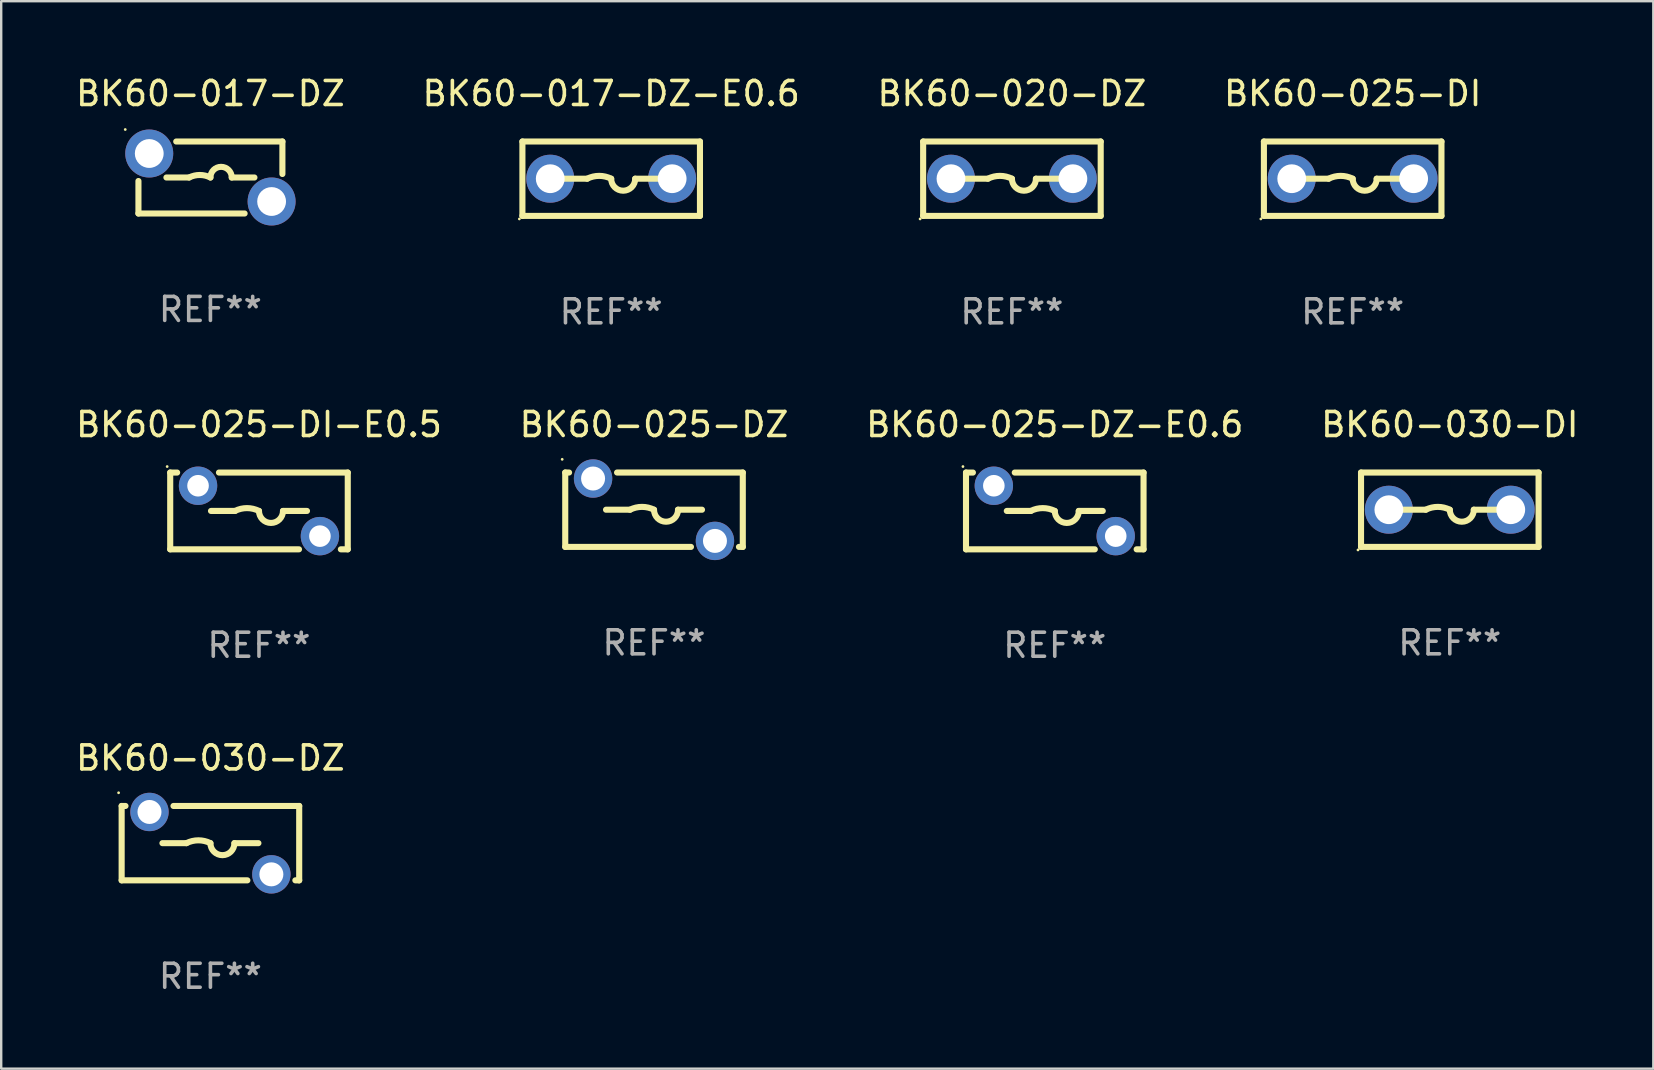
<source format=kicad_pcb>
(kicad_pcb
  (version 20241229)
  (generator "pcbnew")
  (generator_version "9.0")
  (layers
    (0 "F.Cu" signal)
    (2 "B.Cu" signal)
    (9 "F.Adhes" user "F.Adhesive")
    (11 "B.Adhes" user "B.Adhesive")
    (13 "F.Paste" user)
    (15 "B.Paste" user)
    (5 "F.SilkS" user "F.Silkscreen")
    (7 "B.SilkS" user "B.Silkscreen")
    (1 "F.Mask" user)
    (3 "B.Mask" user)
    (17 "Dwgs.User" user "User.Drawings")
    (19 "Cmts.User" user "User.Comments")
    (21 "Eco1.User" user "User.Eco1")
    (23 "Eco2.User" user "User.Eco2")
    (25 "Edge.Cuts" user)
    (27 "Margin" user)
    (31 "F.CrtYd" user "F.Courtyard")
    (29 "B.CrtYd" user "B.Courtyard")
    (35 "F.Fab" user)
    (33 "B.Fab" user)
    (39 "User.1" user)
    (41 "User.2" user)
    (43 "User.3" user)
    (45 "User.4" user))
  (footprint "BK60-025-DI"
    (layer "F.Cu")
    (at 53.327 4.398)
    (property "Reference" "BK60-025-DI" (at 0 -3.55 0) (layer "F.SilkS") (effects (font (size 1 1) (thickness 0.15))))
    (attr through_hole)
    (fp_line (start -3.7 -1.55) (end 3.7 -1.55) (stroke (width 0.254) (type solid)) (layer "F.SilkS"))
    (fp_line (start -3.7 1.55) (end -3.7 -1.55) (stroke (width 0.254) (type solid)) (layer "F.SilkS"))
    (fp_line (start -1 0) (end -2 0) (stroke (width 0.254) (type solid)) (layer "F.SilkS"))
    (fp_line (start 1 0) (end 2 0) (stroke (width 0.254) (type solid)) (layer "F.SilkS"))
    (fp_line (start 3.7 -1.55) (end 3.7 1.55) (stroke (width 0.254) (type solid)) (layer "F.SilkS"))
    (fp_line (start 3.7 1.55) (end -3.7 1.55) (stroke (width 0.254) (type solid)) (layer "F.SilkS"))
    (fp_arc (start -1.000762 0) (mid -0.500381 -0.118151) (end 0 0) (stroke (width 0.254001) (type solid)) (layer "F.SilkS"))
    (fp_arc (start 1.000762 0) (mid 0.500381 0.500127) (end 0 0) (stroke (width 0.254001) (type solid)) (layer "F.SilkS"))
    (fp_circle (center -3.827 1.677) (end -3.797 1.677) (stroke (width 0.06) (type solid)) (fill no) (layer "F.SilkS"))
    (fp_text user "REF**" (at 0 5.55 0) (layer "F.Fab") (effects (font (size 1 1) (thickness 0.15))))
    (pad "1" thru_hole circle (at -2.54 0) (size 2 2) (drill 1.2) (layers "*.Cu" "*.Mask"))
    (pad "2" thru_hole circle (at 2.54 0) (size 2 2) (drill 1.2) (layers "*.Cu" "*.Mask")))
  (footprint "BK60-030-DI"
    (layer "F.Cu")
    (at 57.375 18.194)
    (property "Reference" "BK60-030-DI" (at 0 -3.55 0) (layer "F.SilkS") (effects (font (size 1 1) (thickness 0.15))))
    (attr through_hole)
    (fp_line (start -3.7 -1.55) (end 3.7 -1.55) (stroke (width 0.254) (type solid)) (layer "F.SilkS"))
    (fp_line (start -3.7 1.55) (end -3.7 -1.55) (stroke (width 0.254) (type solid)) (layer "F.SilkS"))
    (fp_line (start -1 0) (end -2 0) (stroke (width 0.254) (type solid)) (layer "F.SilkS"))
    (fp_line (start 1 0) (end 2 0) (stroke (width 0.254) (type solid)) (layer "F.SilkS"))
    (fp_line (start 3.7 -1.55) (end 3.7 1.55) (stroke (width 0.254) (type solid)) (layer "F.SilkS"))
    (fp_line (start 3.7 1.55) (end -3.7 1.55) (stroke (width 0.254) (type solid)) (layer "F.SilkS"))
    (fp_arc (start -1.000762 0) (mid -0.500381 -0.118151) (end 0 0) (stroke (width 0.254001) (type solid)) (layer "F.SilkS"))
    (fp_arc (start 1.000762 0) (mid 0.500381 0.500127) (end 0 0) (stroke (width 0.254001) (type solid)) (layer "F.SilkS"))
    (fp_circle (center -3.827 1.677) (end -3.797 1.677) (stroke (width 0.06) (type solid)) (fill no) (layer "F.SilkS"))
    (fp_text user "REF**" (at 0 5.55 0) (layer "F.Fab") (effects (font (size 1 1) (thickness 0.15))))
    (pad "1" thru_hole circle (at -2.54 0) (size 2 2) (drill 1.2) (layers "*.Cu" "*.Mask"))
    (pad "2" thru_hole circle (at 2.54 0) (size 2 2) (drill 1.2) (layers "*.Cu" "*.Mask")))
  (footprint "BK60-025-DZ"
    (layer "F.Cu")
    (at 24.208 18.194)
    (property "Reference" "BK60-025-DZ" (at 0 -3.55 0) (layer "F.SilkS") (effects (font (size 1 1) (thickness 0.15))))
    (attr through_hole)
    (fp_line (start -3.7 -1.55) (end -3.54 -1.55) (stroke (width 0.254) (type solid)) (layer "F.SilkS"))
    (fp_line (start -3.7 1.55) (end -3.7 -1.55) (stroke (width 0.254) (type solid)) (layer "F.SilkS"))
    (fp_line (start -3.7 1.55) (end 1.54 1.55) (stroke (width 0.254) (type solid)) (layer "F.SilkS"))
    (fp_line (start -1.54 -1.55) (end 3.7 -1.55) (stroke (width 0.254) (type solid)) (layer "F.SilkS"))
    (fp_line (start -1 0) (end -2 0) (stroke (width 0.254) (type solid)) (layer "F.SilkS"))
    (fp_line (start 1 0) (end 2 0) (stroke (width 0.254) (type solid)) (layer "F.SilkS"))
    (fp_line (start 3.54 1.55) (end 3.7 1.55) (stroke (width 0.254) (type solid)) (layer "F.SilkS"))
    (fp_line (start 3.7 -1.55) (end 3.7 1.55) (stroke (width 0.254) (type solid)) (layer "F.SilkS"))
    (fp_arc (start -1.000762 0) (mid -0.500381 -0.118151) (end 0 0) (stroke (width 0.254001) (type solid)) (layer "F.SilkS"))
    (fp_arc (start 1.000762 0) (mid 0.500381 0.500127) (end 0 0) (stroke (width 0.254001) (type solid)) (layer "F.SilkS"))
    (fp_circle (center -3.827 -2.1) (end -3.797 -2.1) (stroke (width 0.06) (type solid)) (fill no) (layer "F.SilkS"))
    (fp_text user "REF**" (at 0 5.55 0) (layer "F.Fab") (effects (font (size 1 1) (thickness 0.15))))
    (pad "1" thru_hole circle (at -2.54 -1.3) (size 1.6 1.6) (drill 1) (layers "*.Cu" "*.Mask"))
    (pad "2" thru_hole circle (at 2.54 1.3) (size 1.6 1.6) (drill 1) (layers "*.Cu" "*.Mask")))
  (footprint "BK60-017-DZ"
    (layer "F.Cu")
    (at 5.72 4.348)
    (property "Reference" "BK60-017-DZ" (at 0 -3.5 0) (layer "F.SilkS") (effects (font (size 1 1) (thickness 0.15))))
    (attr through_hole)
    (fp_line (start -3 1.5) (end -3 0.146) (stroke (width 0.254) (type solid)) (layer "F.SilkS"))
    (fp_line (start -3 1.5) (end 1.425 1.5) (stroke (width 0.254) (type solid)) (layer "F.SilkS"))
    (fp_line (start -1.834 0) (end -0.889 0) (stroke (width 0.254) (type solid)) (layer "F.SilkS"))
    (fp_line (start 1.834 0) (end 0.889 0) (stroke (width 0.254) (type solid)) (layer "F.SilkS"))
    (fp_line (start 3 -1.5) (end -1.425 -1.5) (stroke (width 0.254) (type solid)) (layer "F.SilkS"))
    (fp_line (start 3 -1.5) (end 3 -0.146) (stroke (width 0.254) (type solid)) (layer "F.SilkS"))
    (fp_arc (start -0.889002 0) (mid -0.444501 -0.104932) (end 0 0) (stroke (width 0.254001) (type solid)) (layer "F.SilkS"))
    (fp_arc (start 0 0) (mid 0.444501 -0.444501) (end 0.889002 0) (stroke (width 0.254001) (type solid)) (layer "F.SilkS"))
    (fp_circle (center -3.55 -2) (end -3.52 -2) (stroke (width 0.06) (type solid)) (fill no) (layer "F.SilkS"))
    (fp_text user "REF**" (at 0 5.5 0) (layer "F.Fab") (effects (font (size 1 1) (thickness 0.15))))
    (pad "1" thru_hole circle (at -2.55 -1) (size 2 2) (drill 1.2) (layers "*.Cu" "*.Mask"))
    (pad "2" thru_hole circle (at 2.55 1) (size 2 2) (drill 1.2) (layers "*.Cu" "*.Mask")))
  (footprint "BK60-025-DI-E0.5"
    (layer "F.Cu")
    (at 7.744 18.245)
    (property "Reference" "BK60-025-DI-E0.5" (at 0 -3.6 0) (layer "F.SilkS") (effects (font (size 1 1) (thickness 0.15))))
    (attr through_hole)
    (fp_line (start -3.7 -1.6) (end -3.412 -1.6) (stroke (width 0.254) (type solid)) (layer "F.SilkS"))
    (fp_line (start -3.7 1.6) (end -3.7 -1.6) (stroke (width 0.254) (type solid)) (layer "F.SilkS"))
    (fp_line (start -3.7 1.6) (end 1.668 1.6) (stroke (width 0.254) (type solid)) (layer "F.SilkS"))
    (fp_line (start -1.668 -1.6) (end 3.7 -1.6) (stroke (width 0.254) (type solid)) (layer "F.SilkS"))
    (fp_line (start -1 0) (end -2 0) (stroke (width 0.254) (type solid)) (layer "F.SilkS"))
    (fp_line (start 1 0) (end 2 0) (stroke (width 0.254) (type solid)) (layer "F.SilkS"))
    (fp_line (start 3.412 1.6) (end 3.7 1.6) (stroke (width 0.254) (type solid)) (layer "F.SilkS"))
    (fp_line (start 3.7 -1.6) (end 3.7 1.6) (stroke (width 0.254) (type solid)) (layer "F.SilkS"))
    (fp_arc (start -1.000762 0) (mid -0.500381 -0.118151) (end 0 0) (stroke (width 0.254001) (type solid)) (layer "F.SilkS"))
    (fp_arc (start 1.000762 0) (mid 0.500381 0.500127) (end 0 0) (stroke (width 0.254001) (type solid)) (layer "F.SilkS"))
    (fp_circle (center -3.827 -1.85) (end -3.797 -1.85) (stroke (width 0.06) (type solid)) (fill no) (layer "F.SilkS"))
    (fp_text user "REF**" (at 0 5.6 0) (layer "F.Fab") (effects (font (size 1 1) (thickness 0.15))))
    (pad "1" thru_hole circle (at -2.54 -1.05) (size 1.6 1.6) (drill 0.9) (layers "*.Cu" "*.Mask"))
    (pad "2" thru_hole circle (at 2.54 1.05) (size 1.6 1.6) (drill 0.9) (layers "*.Cu" "*.Mask")))
  (footprint "BK60-017-DZ-E0.6"
    (layer "F.Cu")
    (at 22.423 4.398)
    (property "Reference" "BK60-017-DZ-E0.6" (at 0 -3.55 0) (layer "F.SilkS") (effects (font (size 1 1) (thickness 0.15))))
    (attr through_hole)
    (fp_line (start -3.7 -1.55) (end 3.7 -1.55) (stroke (width 0.254) (type solid)) (layer "F.SilkS"))
    (fp_line (start -3.7 1.55) (end -3.7 -1.55) (stroke (width 0.254) (type solid)) (layer "F.SilkS"))
    (fp_line (start -1 0) (end -2 0) (stroke (width 0.254) (type solid)) (layer "F.SilkS"))
    (fp_line (start 1 0) (end 2 0) (stroke (width 0.254) (type solid)) (layer "F.SilkS"))
    (fp_line (start 3.7 -1.55) (end 3.7 1.55) (stroke (width 0.254) (type solid)) (layer "F.SilkS"))
    (fp_line (start 3.7 1.55) (end -3.7 1.55) (stroke (width 0.254) (type solid)) (layer "F.SilkS"))
    (fp_arc (start -1.000762 0) (mid -0.500381 -0.118151) (end 0 0) (stroke (width 0.254001) (type solid)) (layer "F.SilkS"))
    (fp_arc (start 1.000762 0) (mid 0.500381 0.500127) (end 0 0) (stroke (width 0.254001) (type solid)) (layer "F.SilkS"))
    (fp_circle (center -3.827 1.677) (end -3.797 1.677) (stroke (width 0.06) (type solid)) (fill no) (layer "F.SilkS"))
    (fp_text user "REF**" (at 0 5.55 0) (layer "F.Fab") (effects (font (size 1 1) (thickness 0.15))))
    (pad "1" thru_hole circle (at -2.54 0) (size 2 2) (drill 1.2) (layers "*.Cu" "*.Mask"))
    (pad "2" thru_hole circle (at 2.54 0) (size 2 2) (drill 1.2) (layers "*.Cu" "*.Mask")))
  (footprint "BK60-020-DZ"
    (layer "F.Cu")
    (at 39.125 4.398)
    (property "Reference" "BK60-020-DZ" (at 0 -3.55 0) (layer "F.SilkS") (effects (font (size 1 1) (thickness 0.15))))
    (attr through_hole)
    (fp_line (start -3.7 -1.55) (end 3.7 -1.55) (stroke (width 0.254) (type solid)) (layer "F.SilkS"))
    (fp_line (start -3.7 1.55) (end -3.7 -1.55) (stroke (width 0.254) (type solid)) (layer "F.SilkS"))
    (fp_line (start -1 0) (end -2 0) (stroke (width 0.254) (type solid)) (layer "F.SilkS"))
    (fp_line (start 1 0) (end 2 0) (stroke (width 0.254) (type solid)) (layer "F.SilkS"))
    (fp_line (start 3.7 -1.55) (end 3.7 1.55) (stroke (width 0.254) (type solid)) (layer "F.SilkS"))
    (fp_line (start 3.7 1.55) (end -3.7 1.55) (stroke (width 0.254) (type solid)) (layer "F.SilkS"))
    (fp_arc (start -1.000762 0) (mid -0.500381 -0.118151) (end 0 0) (stroke (width 0.254001) (type solid)) (layer "F.SilkS"))
    (fp_arc (start 1.000762 0) (mid 0.500381 0.500127) (end 0 0) (stroke (width 0.254001) (type solid)) (layer "F.SilkS"))
    (fp_circle (center -3.827 1.677) (end -3.797 1.677) (stroke (width 0.06) (type solid)) (fill no) (layer "F.SilkS"))
    (fp_text user "REF**" (at 0 5.55 0) (layer "F.Fab") (effects (font (size 1 1) (thickness 0.15))))
    (pad "1" thru_hole circle (at -2.54 0) (size 2 2) (drill 1.2) (layers "*.Cu" "*.Mask"))
    (pad "2" thru_hole circle (at 2.54 0) (size 2 2) (drill 1.2) (layers "*.Cu" "*.Mask")))
  (footprint "BK60-025-DZ-E0.6"
    (layer "F.Cu")
    (at 40.911 18.245)
    (property "Reference" "BK60-025-DZ-E0.6" (at 0 -3.6 0) (layer "F.SilkS") (effects (font (size 1 1) (thickness 0.15))))
    (attr through_hole)
    (fp_line (start -3.7 -1.6) (end -3.412 -1.6) (stroke (width 0.254) (type solid)) (layer "F.SilkS"))
    (fp_line (start -3.7 1.6) (end -3.7 -1.6) (stroke (width 0.254) (type solid)) (layer "F.SilkS"))
    (fp_line (start -3.7 1.6) (end 1.668 1.6) (stroke (width 0.254) (type solid)) (layer "F.SilkS"))
    (fp_line (start -1.668 -1.6) (end 3.7 -1.6) (stroke (width 0.254) (type solid)) (layer "F.SilkS"))
    (fp_line (start -1 0) (end -2 0) (stroke (width 0.254) (type solid)) (layer "F.SilkS"))
    (fp_line (start 1 0) (end 2 0) (stroke (width 0.254) (type solid)) (layer "F.SilkS"))
    (fp_line (start 3.412 1.6) (end 3.7 1.6) (stroke (width 0.254) (type solid)) (layer "F.SilkS"))
    (fp_line (start 3.7 -1.6) (end 3.7 1.6) (stroke (width 0.254) (type solid)) (layer "F.SilkS"))
    (fp_arc (start -1.000762 0) (mid -0.500381 -0.118151) (end 0 0) (stroke (width 0.254001) (type solid)) (layer "F.SilkS"))
    (fp_arc (start 1.000762 0) (mid 0.500381 0.500127) (end 0 0) (stroke (width 0.254001) (type solid)) (layer "F.SilkS"))
    (fp_circle (center -3.827 -1.85) (end -3.797 -1.85) (stroke (width 0.06) (type solid)) (fill no) (layer "F.SilkS"))
    (fp_text user "REF**" (at 0 5.6 0) (layer "F.Fab") (effects (font (size 1 1) (thickness 0.15))))
    (pad "1" thru_hole circle (at -2.54 -1.05) (size 1.6 1.6) (drill 0.9) (layers "*.Cu" "*.Mask"))
    (pad "2" thru_hole circle (at 2.54 1.05) (size 1.6 1.6) (drill 0.9) (layers "*.Cu" "*.Mask")))
  (footprint "BK60-030-DZ"
    (layer "F.Cu")
    (at 5.72 32.091)
    (property "Reference" "BK60-030-DZ" (at 0 -3.55 0) (layer "F.SilkS") (effects (font (size 1 1) (thickness 0.15))))
    (attr through_hole)
    (fp_line (start -3.7 -1.55) (end -3.54 -1.55) (stroke (width 0.254) (type solid)) (layer "F.SilkS"))
    (fp_line (start -3.7 1.55) (end -3.7 -1.55) (stroke (width 0.254) (type solid)) (layer "F.SilkS"))
    (fp_line (start -3.7 1.55) (end 1.54 1.55) (stroke (width 0.254) (type solid)) (layer "F.SilkS"))
    (fp_line (start -1.54 -1.55) (end 3.7 -1.55) (stroke (width 0.254) (type solid)) (layer "F.SilkS"))
    (fp_line (start -1 0) (end -2 0) (stroke (width 0.254) (type solid)) (layer "F.SilkS"))
    (fp_line (start 1 0) (end 2 0) (stroke (width 0.254) (type solid)) (layer "F.SilkS"))
    (fp_line (start 3.54 1.55) (end 3.7 1.55) (stroke (width 0.254) (type solid)) (layer "F.SilkS"))
    (fp_line (start 3.7 -1.55) (end 3.7 1.55) (stroke (width 0.254) (type solid)) (layer "F.SilkS"))
    (fp_arc (start -1.000762 0) (mid -0.500381 -0.118151) (end 0 0) (stroke (width 0.254001) (type solid)) (layer "F.SilkS"))
    (fp_arc (start 1.000762 0) (mid 0.500381 0.500127) (end 0 0) (stroke (width 0.254001) (type solid)) (layer "F.SilkS"))
    (fp_circle (center -3.827 -2.1) (end -3.797 -2.1) (stroke (width 0.06) (type solid)) (fill no) (layer "F.SilkS"))
    (fp_text user "REF**" (at 0 5.55 0) (layer "F.Fab") (effects (font (size 1 1) (thickness 0.15))))
    (pad "1" thru_hole circle (at -2.54 -1.3) (size 1.6 1.6) (drill 1) (layers "*.Cu" "*.Mask"))
    (pad "2" thru_hole circle (at 2.54 1.3) (size 1.6 1.6) (drill 1) (layers "*.Cu" "*.Mask")))
  (gr_rect
    (start -3 -3)
    (end 65.857 41.489)
    (stroke (width 0.1) (type default))
    (fill no)
    (layer "Edge.Cuts")))
</source>
